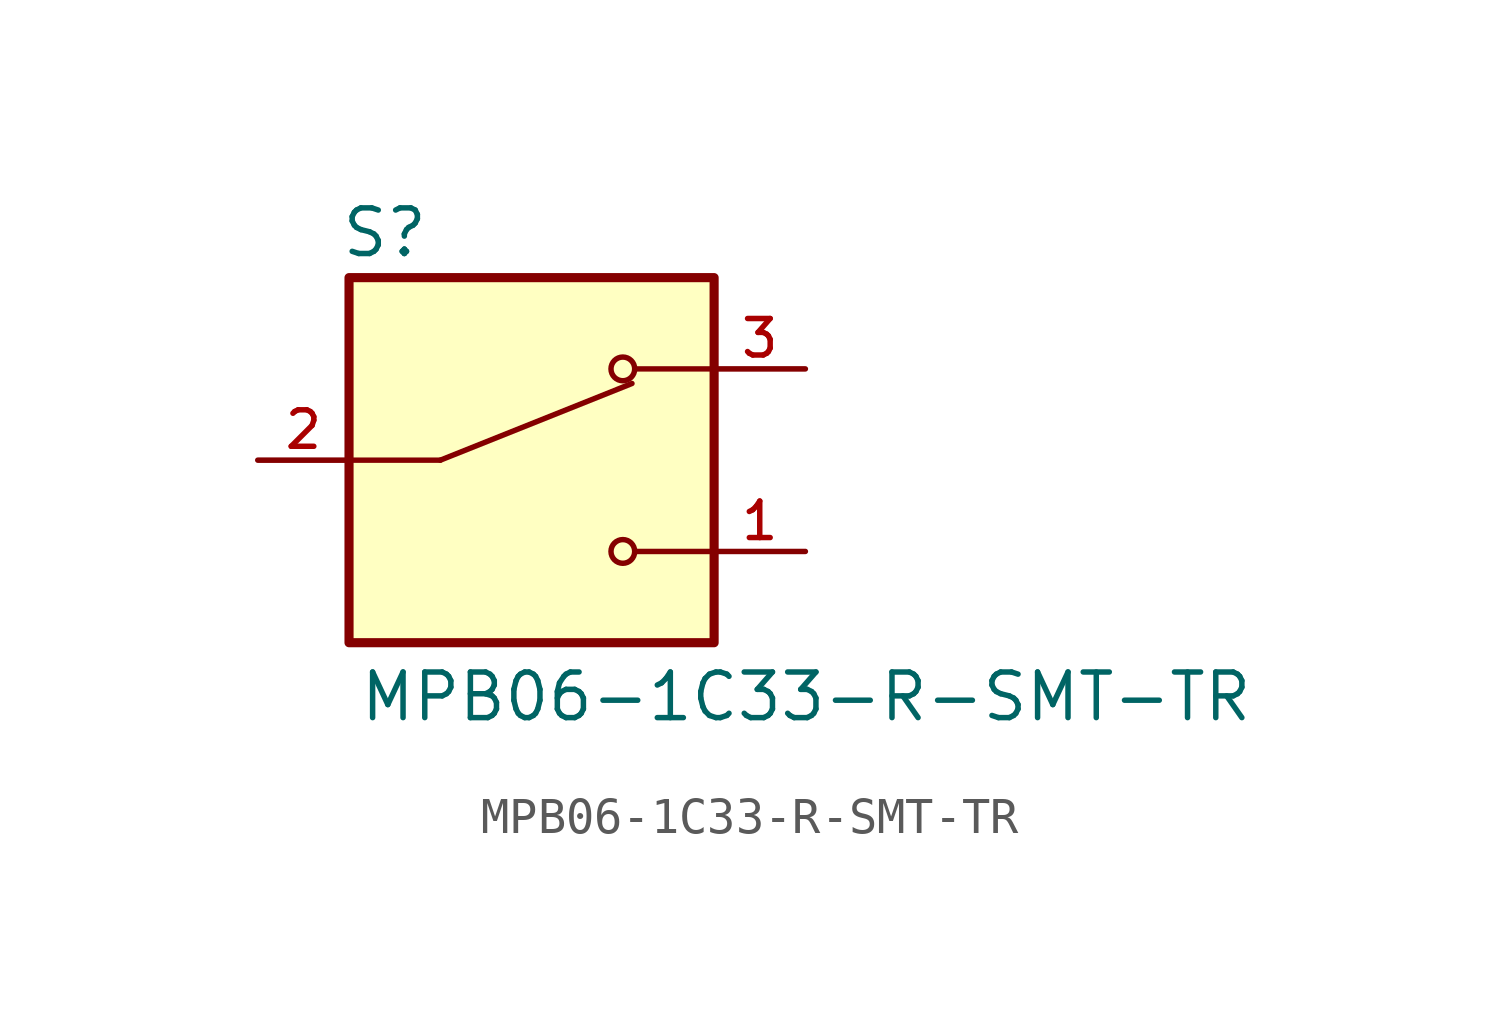
<source format=kicad_sym>
(kicad_symbol_lib
  (version 20211014)
  (generator kicad_symbol_editor)
  (symbol "MPB06-1C33-R-SMT-TR"
    (pin_names
      (offset 1.016))
    (property "Reference" "S"
      (at -5.334 5.588 0)
      (effects (font (size 1.27 1.27)) (justify bottom left)))
    (property "Value" "MPB06-1C33-R-SMT-TR"
      (at -4.826 -5.842 0)
      (effects (font (size 1.27 1.27)) (justify top left)))
    (symbol "MPB06-1C33-R-SMT-TR_0_0"
      (circle (center 2.54 2.54) (radius 0.33) (stroke (width 0.152)) (fill (type none)))
      (circle (center 2.54 -2.54) (radius 0.33) (stroke (width 0.152)) (fill (type none)))
      (polyline (pts (xy -2.54 0.0) (xy 2.794 2.134)) (stroke (width 0.152)))
      (polyline (pts (xy 5.08 -2.54) (xy 2.921 -2.54)) (stroke (width 0.152)))
      (polyline (pts (xy 5.08 2.54) (xy 2.921 2.54)) (stroke (width 0.152)))
      (polyline (pts (xy -2.54 0.0) (xy -5.08 0.0)) (stroke (width 0.152)))
      (rectangle (start -5.08 -5.08) (end 5.08 5.08) (stroke (width 0.254)) (fill (type background)))
      (pin passive line (at 7.62 2.54 180.0) (length 2.54) (name "~" (effects (font (size 1.016 1.016)))) (number "3" (effects (font (size 1.016 1.016)))))
      (pin passive line (at -7.62 0.0 0) (length 2.54) (name "~" (effects (font (size 1.016 1.016)))) (number "2" (effects (font (size 1.016 1.016)))))
      (pin passive line (at 7.62 -2.54 180.0) (length 2.54) (name "~" (effects (font (size 1.016 1.016)))) (number "1" (effects (font (size 1.016 1.016))))))))
</source>
